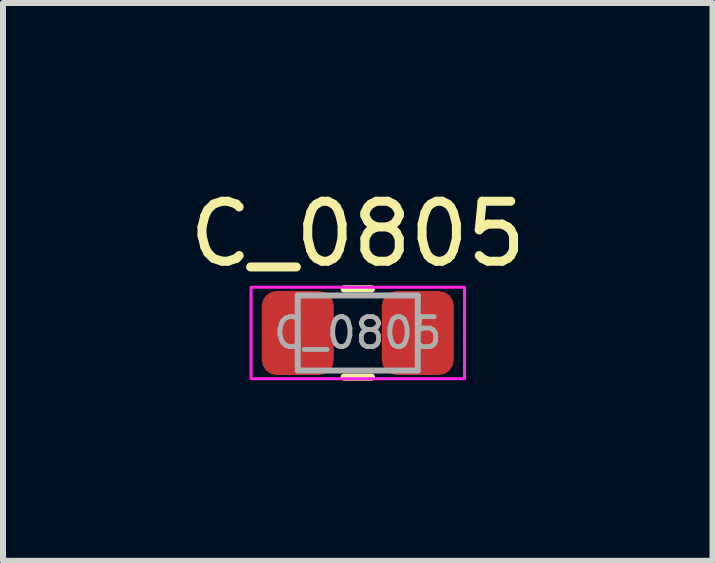
<source format=kicad_pcb>
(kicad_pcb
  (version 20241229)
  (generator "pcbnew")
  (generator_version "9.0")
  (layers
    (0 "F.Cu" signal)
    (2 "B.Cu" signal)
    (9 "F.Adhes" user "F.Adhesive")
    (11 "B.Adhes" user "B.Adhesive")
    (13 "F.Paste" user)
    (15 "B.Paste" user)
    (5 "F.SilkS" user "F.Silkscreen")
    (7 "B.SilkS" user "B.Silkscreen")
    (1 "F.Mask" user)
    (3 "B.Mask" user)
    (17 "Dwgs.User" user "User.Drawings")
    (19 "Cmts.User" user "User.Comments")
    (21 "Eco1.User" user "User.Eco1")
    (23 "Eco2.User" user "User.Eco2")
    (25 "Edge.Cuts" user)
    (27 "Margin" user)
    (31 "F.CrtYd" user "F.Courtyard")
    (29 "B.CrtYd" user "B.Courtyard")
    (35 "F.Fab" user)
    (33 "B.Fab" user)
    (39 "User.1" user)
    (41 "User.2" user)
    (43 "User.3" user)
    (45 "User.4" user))
  (footprint "C_0805"
    (layer "F.Cu")
    (at 2.911 2.498)
    (property "Reference" "C_0805" (at 0 -1.65 0) (layer "F.SilkS") (effects (font (size 1 1) (thickness 0.15))))
    (attr smd)
    (fp_line (start -0.227 -0.735) (end 0.227 -0.735) (stroke (width 0.12) (type solid)) (layer "F.SilkS"))
    (fp_line (start -0.227 0.735) (end 0.227 0.735) (stroke (width 0.12) (type solid)) (layer "F.SilkS"))
    (fp_rect (start -1.778 -0.762) (end 1.778 0.762) (stroke (width 0.05) (type default)) (fill no) (layer "F.CrtYd"))
    (fp_line (start -1 -0.625) (end 1 -0.625) (stroke (width 0.1) (type solid)) (layer "F.Fab"))
    (fp_line (start -1 0.625) (end -1 -0.625) (stroke (width 0.1) (type solid)) (layer "F.Fab"))
    (fp_line (start 1 -0.625) (end 1 0.625) (stroke (width 0.1) (type solid)) (layer "F.Fab"))
    (fp_line (start 1 0.625) (end -1 0.625) (stroke (width 0.1) (type solid)) (layer "F.Fab"))
    (fp_text user "${REFERENCE}" (at 0 0 0) (layer "F.Fab") (effects (font (size 0.5 0.5) (thickness 0.08))))
    (pad "1" smd roundrect (at -1 0) (size 1.2 1.4) (layers "F.Cu" "F.Mask" "F.Paste") (roundrect_rratio 0.208))
    (pad "2" smd roundrect (at 1 0) (size 1.2 1.4) (layers "F.Cu" "F.Mask" "F.Paste") (roundrect_rratio 0.208)))
  (gr_rect
    (start -3 -3)
    (end 8.821 6.293)
    (stroke (width 0.1) (type default))
    (fill no)
    (layer "Edge.Cuts")))
</source>
